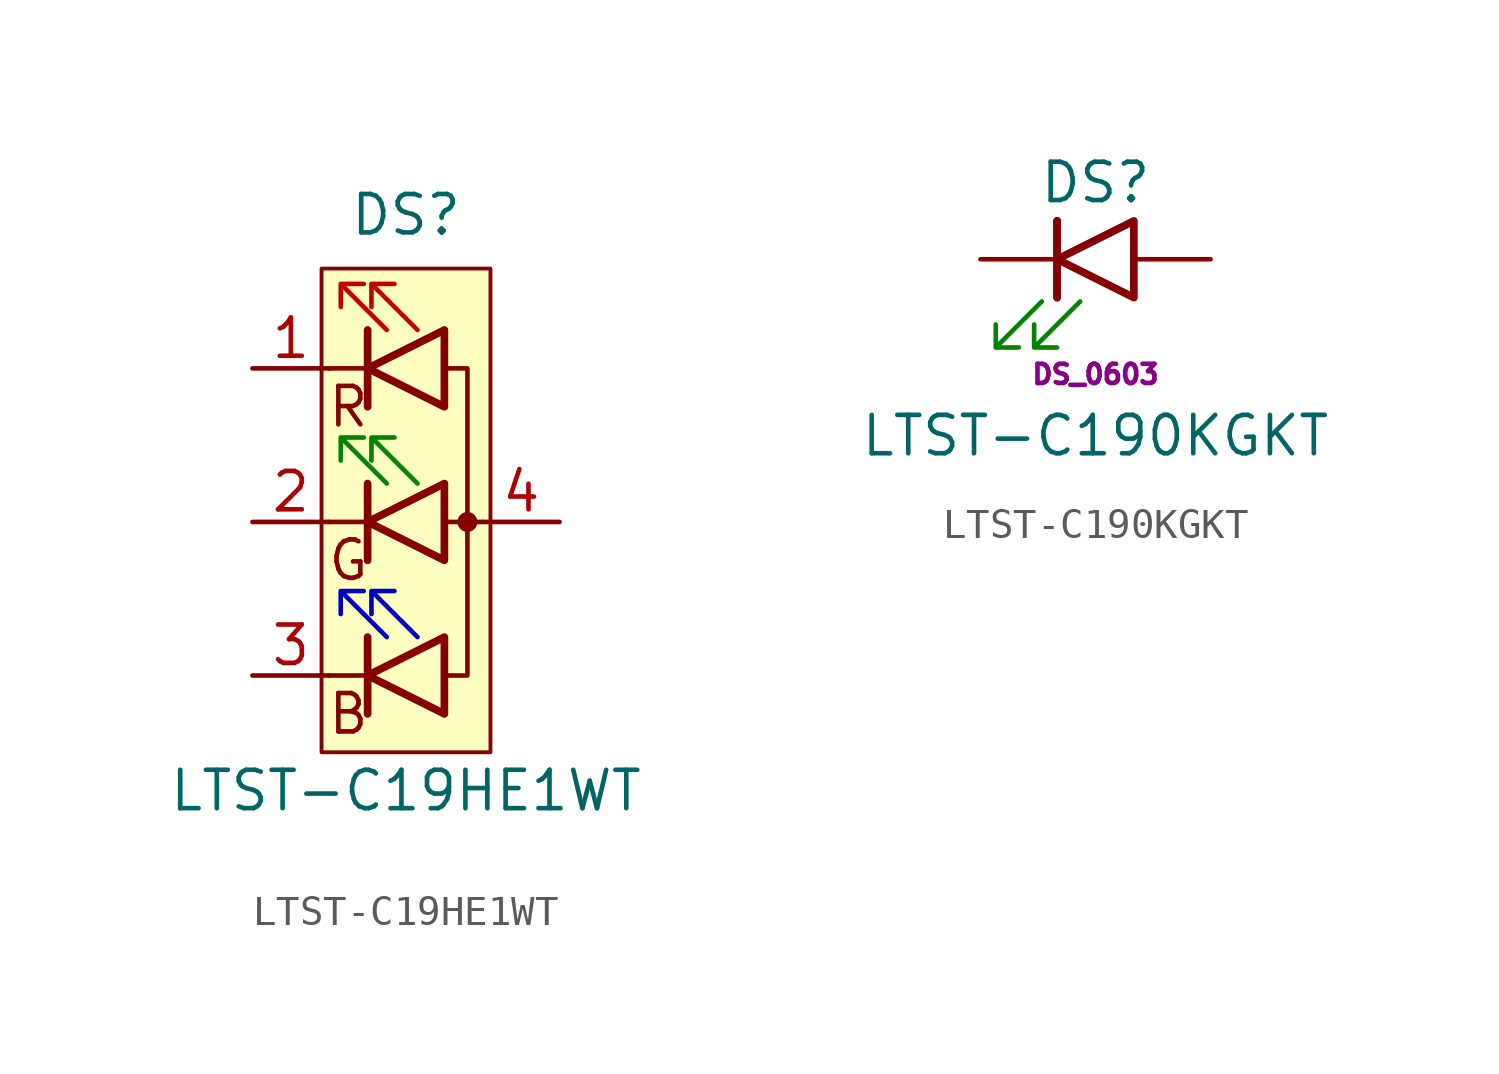
<source format=kicad_sym>
(kicad_symbol_lib
  (version 20231120)
  (generator "kicad_symbol_editor")
  (generator_version "8.0")
  (symbol "LTST-C19HE1WT"
    (pin_names hide)
    (property "Reference" "DS"
      (at 0 10.16 0)
      (effects (font (size 1.27 1.27))))
    (property "Value" "LTST-C19HE1WT"
      (at 0 -8.89 0)
      (effects (font (size 1.27 1.27))))
    (symbol "LTST-C19HE1WT_0_0"
      (text "B" (at -1.905 -6.35 0) (effects (font (size 1.27 1.27))))
      (text "G" (at -1.905 -1.27 0) (effects (font (size 1.27 1.27))))
      (text "R" (at -1.905 3.81 0) (effects (font (size 1.27 1.27)))))
    (symbol "LTST-C19HE1WT_0_1"
      (polyline (pts (xy -1.27 -5.08) (xy -2.54 -5.08)) (stroke (width 0) (type default)) (fill (type none)))
      (polyline (pts (xy -1.27 -3.81) (xy -1.27 -6.35)) (stroke (width 0.254) (type default)) (fill (type none)))
      (polyline (pts (xy -1.27 0) (xy -2.54 0)) (stroke (width 0) (type default)) (fill (type none)))
      (polyline (pts (xy -1.27 1.27) (xy -1.27 -1.27)) (stroke (width 0.254) (type default)) (fill (type none)))
      (polyline (pts (xy -1.27 5.08) (xy -2.54 5.08)) (stroke (width 0) (type default)) (fill (type none)))
      (polyline (pts (xy -1.27 6.35) (xy -1.27 3.81)) (stroke (width 0.254) (type default)) (fill (type none)))
      (polyline (pts (xy 1.27 0) (xy 2.54 0)) (stroke (width 0) (type default)) (fill (type none)))
      (polyline (pts (xy -1.27 1.27) (xy -1.27 -1.27) (xy -1.27 -1.27)) (stroke (width 0) (type default)) (fill (type none)))
      (polyline (pts (xy -1.27 6.35) (xy -1.27 3.81) (xy -1.27 3.81)) (stroke (width 0) (type default)) (fill (type none)))
      (polyline (pts (xy 1.27 -5.08) (xy 2.032 -5.08) (xy 2.032 5.08) (xy 1.27 5.08)) (stroke (width 0) (type default)) (fill (type none)))
      (polyline (pts (xy 1.27 -3.81) (xy 1.27 -6.35) (xy -1.27 -5.08) (xy 1.27 -3.81)) (stroke (width 0.254) (type default)) (fill (type none)))
      (polyline (pts (xy 1.27 1.27) (xy 1.27 -1.27) (xy -1.27 0) (xy 1.27 1.27)) (stroke (width 0.254) (type default)) (fill (type none)))
      (polyline (pts (xy 1.27 6.35) (xy 1.27 3.81) (xy -1.27 5.08) (xy 1.27 6.35)) (stroke (width 0.254) (type default)) (fill (type none)))
      (rectangle (start 1.27 -1.27) (end 1.27 1.27) (stroke (width 0) (type default)) (fill (type none)))
      (rectangle (start 1.27 1.27) (end 1.27 1.27) (stroke (width 0) (type default)) (fill (type none)))
      (rectangle (start 1.27 3.81) (end 1.27 6.35) (stroke (width 0) (type default)) (fill (type none)))
      (rectangle (start 1.27 6.35) (end 1.27 6.35) (stroke (width 0) (type default)) (fill (type none)))
      (circle (center 2.032 0) (radius 0.254) (stroke (width 0) (type default)) (fill (type outline))))
    (symbol "LTST-C19HE1WT_1_1"
      (rectangle (start -2.794 8.382) (end 2.794 -7.62) (stroke (width 0.127) (type default)) (fill (type background)))
      (polyline (pts (xy -0.635 -3.81) (xy -2.159 -2.286) (xy -1.397 -2.286) (xy -2.159 -2.286) (xy -2.159 -3.048)) (stroke (width 0) (type default) (color 0 0 194 1)) (fill (type none)))
      (polyline (pts (xy -0.635 1.27) (xy -2.159 2.794) (xy -1.397 2.794) (xy -2.159 2.794) (xy -2.159 2.032)) (stroke (width 0) (type default) (color 0 132 0 1)) (fill (type none)))
      (polyline (pts (xy -0.635 6.35) (xy -2.159 7.874) (xy -1.397 7.874) (xy -2.159 7.874) (xy -2.159 7.112)) (stroke (width 0) (type default) (color 194 0 0 1)) (fill (type none)))
      (polyline (pts (xy 0.381 -3.81) (xy -1.143 -2.286) (xy -0.381 -2.286) (xy -1.143 -2.286) (xy -1.143 -3.048)) (stroke (width 0) (type default) (color 0 0 194 1)) (fill (type none)))
      (polyline (pts (xy 0.381 1.27) (xy -1.143 2.794) (xy -0.381 2.794) (xy -1.143 2.794) (xy -1.143 2.032)) (stroke (width 0) (type default) (color 0 132 0 1)) (fill (type none)))
      (polyline (pts (xy 0.381 6.35) (xy -1.143 7.874) (xy -0.381 7.874) (xy -1.143 7.874) (xy -1.143 7.112)) (stroke (width 0) (type default) (color 194 0 0 1)) (fill (type none)))
      (pin passive line (at -5.08 5.08 0) (length 2.54) (name "RK" (effects (font (size 1.27 1.27)))) (number "1" (effects (font (size 1.27 1.27)))))
      (pin passive line (at -5.08 0 0) (length 2.54) (name "GK" (effects (font (size 1.27 1.27)))) (number "2" (effects (font (size 1.27 1.27)))))
      (pin passive line (at -5.08 -5.08 0) (length 2.54) (name "BK" (effects (font (size 1.27 1.27)))) (number "3" (effects (font (size 1.27 1.27)))))
      (pin passive line (at 5.08 0 180) (length 2.54) (name "A" (effects (font (size 1.27 1.27)))) (number "4" (effects (font (size 1.27 1.27)))))))
  (symbol "LTST-C190KGKT"
    (pin_numbers hide)
    (pin_names
      (offset 1.016) hide)
    (property "Reference" "DS"
      (at 0 2.54 0)
      (effects (font (size 1.27 1.27))))
    (property "Value" "LTST-C190KGKT"
      (at 0 -5.842 0)
      (effects (font (size 1.27 1.27))))
    (property "Size" "DS_0603"
      (at 0 -3.81 0)
      (effects (font (size 0.635 0.635))))
    (symbol "LTST-C190KGKT_1_1"
      (polyline (pts (xy -1.27 -1.27) (xy -1.27 1.27)) (stroke (width 0.254) (type default)) (fill (type none)))
      (polyline (pts (xy -1.27 -1.27) (xy -1.27 1.27)) (stroke (width 0.254) (type default)) (fill (type none)))
      (polyline (pts (xy 1.27 -1.27) (xy 1.27 1.27) (xy -1.27 0) (xy 1.27 -1.27)) (stroke (width 0.254) (type default)) (fill (type none)))
      (polyline (pts (xy -1.778 -1.397) (xy -3.302 -2.921) (xy -2.54 -2.921) (xy -3.302 -2.921) (xy -3.302 -2.159)) (stroke (width 0) (type default) (color 0 132 0 1)) (fill (type none)))
      (polyline (pts (xy -0.508 -1.397) (xy -2.032 -2.921) (xy -1.27 -2.921) (xy -2.032 -2.921) (xy -2.032 -2.159)) (stroke (width 0) (type default) (color 0 132 0 1)) (fill (type none)))
      (pin passive line (at -3.81 0 0) (length 2.54) (name "K" (effects (font (size 1.27 1.27)))) (number "1" (effects (font (size 1.27 1.27)))))
      (pin passive line (at 3.81 0 180) (length 2.54) (name "A" (effects (font (size 1.27 1.27)))) (number "2" (effects (font (size 1.27 1.27))))))))
</source>
